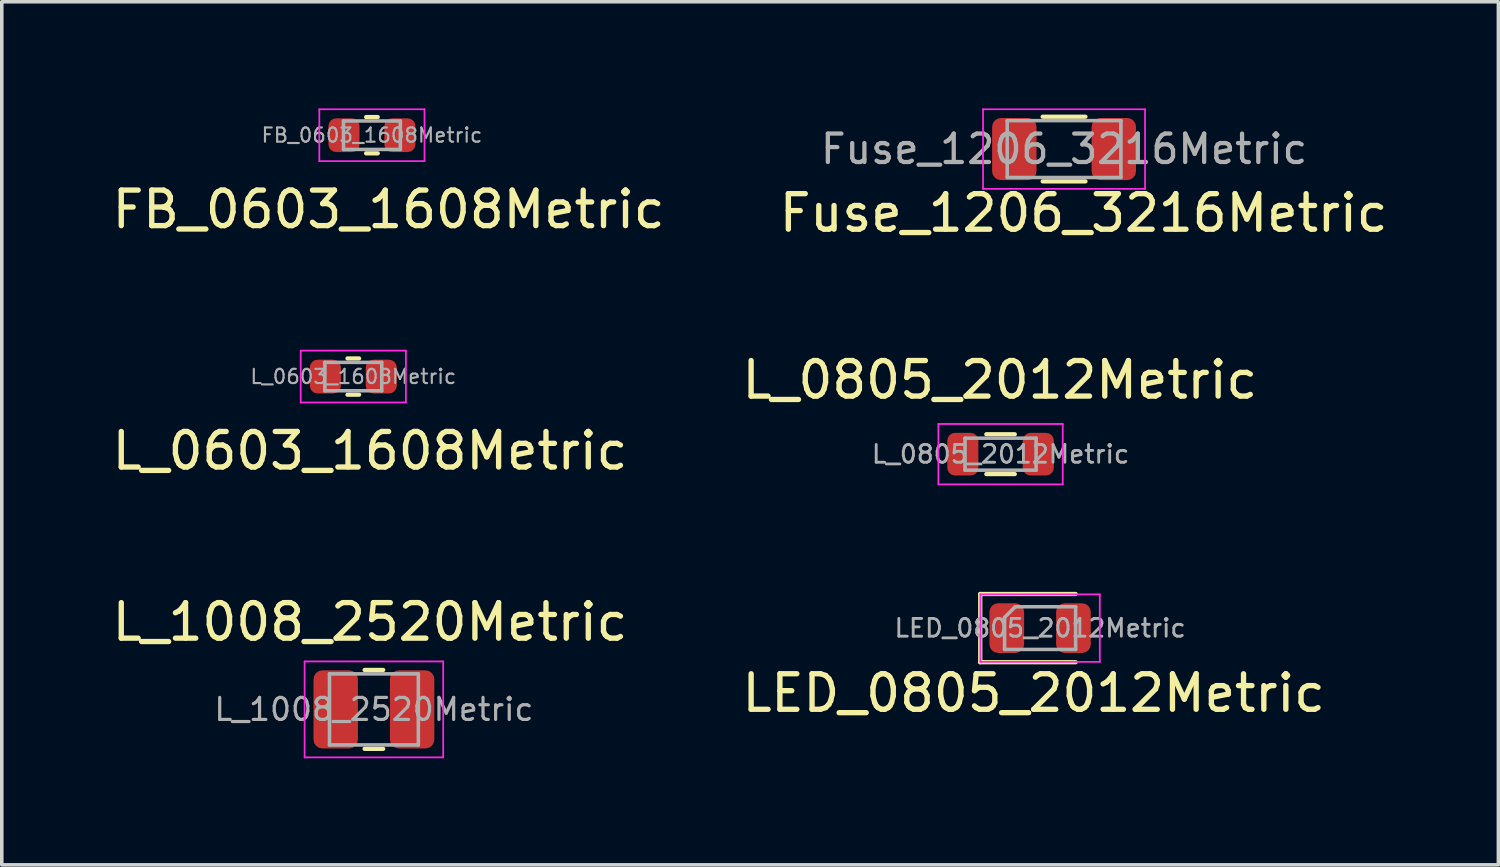
<source format=kicad_pcb>
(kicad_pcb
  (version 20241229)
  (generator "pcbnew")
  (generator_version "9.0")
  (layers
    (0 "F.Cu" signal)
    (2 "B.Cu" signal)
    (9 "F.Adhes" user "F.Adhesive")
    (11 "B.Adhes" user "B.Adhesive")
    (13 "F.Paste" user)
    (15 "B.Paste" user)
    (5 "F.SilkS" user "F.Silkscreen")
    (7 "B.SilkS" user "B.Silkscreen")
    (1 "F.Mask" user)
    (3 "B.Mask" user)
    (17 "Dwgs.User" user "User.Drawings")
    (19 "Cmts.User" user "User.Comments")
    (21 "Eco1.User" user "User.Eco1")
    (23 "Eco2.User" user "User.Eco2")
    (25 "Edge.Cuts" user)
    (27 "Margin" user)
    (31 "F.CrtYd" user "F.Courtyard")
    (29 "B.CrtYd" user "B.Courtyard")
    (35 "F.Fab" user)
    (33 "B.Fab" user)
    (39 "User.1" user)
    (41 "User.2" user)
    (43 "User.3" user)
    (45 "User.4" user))
  (footprint "L_0603_1608Metric"
    (layer "F.Cu")
    (at 6.893 7.548)
    (property "Reference" "L_0603_1608Metric" (at 0.47 2.09 0) (layer "F.SilkS") (effects (font (size 1 1) (thickness 0.15))))
    (attr smd)
    (fp_line (start -0.163 -0.51) (end 0.163 -0.51) (stroke (width 0.12) (type solid)) (layer "F.SilkS"))
    (fp_line (start -0.163 0.51) (end 0.163 0.51) (stroke (width 0.12) (type solid)) (layer "F.SilkS"))
    (fp_line (start -1.48 -0.73) (end 1.48 -0.73) (stroke (width 0.05) (type solid)) (layer "F.CrtYd"))
    (fp_line (start -1.48 0.73) (end -1.48 -0.73) (stroke (width 0.05) (type solid)) (layer "F.CrtYd"))
    (fp_line (start 1.48 -0.73) (end 1.48 0.73) (stroke (width 0.05) (type solid)) (layer "F.CrtYd"))
    (fp_line (start 1.48 0.73) (end -1.48 0.73) (stroke (width 0.05) (type solid)) (layer "F.CrtYd"))
    (fp_line (start -0.8 -0.4) (end 0.8 -0.4) (stroke (width 0.1) (type solid)) (layer "F.Fab"))
    (fp_line (start -0.8 0.4) (end -0.8 -0.4) (stroke (width 0.1) (type solid)) (layer "F.Fab"))
    (fp_line (start 0.8 -0.4) (end 0.8 0.4) (stroke (width 0.1) (type solid)) (layer "F.Fab"))
    (fp_line (start 0.8 0.4) (end -0.8 0.4) (stroke (width 0.1) (type solid)) (layer "F.Fab"))
    (fp_text user "${REFERENCE}" (at 0 0 0) (layer "F.Fab") (effects (font (size 0.4 0.4) (thickness 0.06))))
    (pad "1" smd roundrect (at -0.787 0) (size 0.875 0.95) (layers "F.Cu" "F.Mask" "F.Paste") (roundrect_rratio 0.25))
    (pad "2" smd roundrect (at 0.787 0) (size 0.875 0.95) (layers "F.Cu" "F.Mask" "F.Paste") (roundrect_rratio 0.25)))
  (footprint "LED_0805_2012Metric"
    (layer "F.Cu")
    (at 26.222 14.627)
    (property "Reference" "LED_0805_2012Metric" (at -0.18 1.83 0) (layer "F.SilkS") (effects (font (size 1 1) (thickness 0.15))))
    (attr smd)
    (fp_line (start -1.685 -0.96) (end -1.685 0.96) (stroke (width 0.12) (type solid)) (layer "F.SilkS"))
    (fp_line (start -1.685 0.96) (end 1 0.96) (stroke (width 0.12) (type solid)) (layer "F.SilkS"))
    (fp_line (start 1 -0.96) (end -1.685 -0.96) (stroke (width 0.12) (type solid)) (layer "F.SilkS"))
    (fp_line (start -1.68 -0.95) (end 1.68 -0.95) (stroke (width 0.05) (type solid)) (layer "F.CrtYd"))
    (fp_line (start -1.68 0.95) (end -1.68 -0.95) (stroke (width 0.05) (type solid)) (layer "F.CrtYd"))
    (fp_line (start 1.68 -0.95) (end 1.68 0.95) (stroke (width 0.05) (type solid)) (layer "F.CrtYd"))
    (fp_line (start 1.68 0.95) (end -1.68 0.95) (stroke (width 0.05) (type solid)) (layer "F.CrtYd"))
    (fp_line (start -1 -0.3) (end -1 0.6) (stroke (width 0.1) (type solid)) (layer "F.Fab"))
    (fp_line (start -1 0.6) (end 1 0.6) (stroke (width 0.1) (type solid)) (layer "F.Fab"))
    (fp_line (start -0.7 -0.6) (end -1 -0.3) (stroke (width 0.1) (type solid)) (layer "F.Fab"))
    (fp_line (start 1 -0.6) (end -0.7 -0.6) (stroke (width 0.1) (type solid)) (layer "F.Fab"))
    (fp_line (start 1 0.6) (end 1 -0.6) (stroke (width 0.1) (type solid)) (layer "F.Fab"))
    (fp_text user "${REFERENCE}" (at 0 0 0) (layer "F.Fab") (effects (font (size 0.5 0.5) (thickness 0.08))))
    (pad "1" smd roundrect (at -0.938 0) (size 0.975 1.4) (layers "F.Cu" "F.Mask" "F.Paste") (roundrect_rratio 0.25))
    (pad "2" smd roundrect (at 0.938 0) (size 0.975 1.4) (layers "F.Cu" "F.Mask" "F.Paste") (roundrect_rratio 0.25)))
  (footprint "Fuse_1206_3216Metric"
    (layer "F.Cu")
    (at 26.896 1.145)
    (property "Reference" "Fuse_1206_3216Metric" (at 0.55 1.8 0) (layer "F.SilkS") (effects (font (size 1 1) (thickness 0.15))))
    (attr smd)
    (fp_line (start -0.602 -0.91) (end 0.602 -0.91) (stroke (width 0.12) (type solid)) (layer "F.SilkS"))
    (fp_line (start -0.602 0.91) (end 0.602 0.91) (stroke (width 0.12) (type solid)) (layer "F.SilkS"))
    (fp_line (start -2.28 -1.12) (end 2.28 -1.12) (stroke (width 0.05) (type solid)) (layer "F.CrtYd"))
    (fp_line (start -2.28 1.12) (end -2.28 -1.12) (stroke (width 0.05) (type solid)) (layer "F.CrtYd"))
    (fp_line (start 2.28 -1.12) (end 2.28 1.12) (stroke (width 0.05) (type solid)) (layer "F.CrtYd"))
    (fp_line (start 2.28 1.12) (end -2.28 1.12) (stroke (width 0.05) (type solid)) (layer "F.CrtYd"))
    (fp_line (start -1.6 -0.8) (end 1.6 -0.8) (stroke (width 0.1) (type solid)) (layer "F.Fab"))
    (fp_line (start -1.6 0.8) (end -1.6 -0.8) (stroke (width 0.1) (type solid)) (layer "F.Fab"))
    (fp_line (start 1.6 -0.8) (end 1.6 0.8) (stroke (width 0.1) (type solid)) (layer "F.Fab"))
    (fp_line (start 1.6 0.8) (end -1.6 0.8) (stroke (width 0.1) (type solid)) (layer "F.Fab"))
    (fp_text user "${REFERENCE}" (at 0 0 0) (layer "F.Fab") (effects (font (size 0.8 0.8) (thickness 0.12))))
    (pad "1" smd roundrect (at -1.4 0) (size 1.25 1.75) (layers "F.Cu" "F.Mask" "F.Paste") (roundrect_rratio 0.2))
    (pad "2" smd roundrect (at 1.4 0) (size 1.25 1.75) (layers "F.Cu" "F.Mask" "F.Paste") (roundrect_rratio 0.2)))
  (footprint "L_0805_2012Metric"
    (layer "F.Cu")
    (at 25.109 9.732)
    (property "Reference" "L_0805_2012Metric" (at -0.02 -2.09 180) (layer "F.SilkS") (effects (font (size 1 1) (thickness 0.15))))
    (attr smd)
    (fp_line (start -0.4 -0.56) (end 0.4 -0.56) (stroke (width 0.12) (type solid)) (layer "F.SilkS"))
    (fp_line (start -0.4 0.56) (end 0.4 0.56) (stroke (width 0.12) (type solid)) (layer "F.SilkS"))
    (fp_line (start -1.75 -0.85) (end 1.75 -0.85) (stroke (width 0.05) (type solid)) (layer "F.CrtYd"))
    (fp_line (start -1.75 0.85) (end -1.75 -0.85) (stroke (width 0.05) (type solid)) (layer "F.CrtYd"))
    (fp_line (start 1.75 -0.85) (end 1.75 0.85) (stroke (width 0.05) (type solid)) (layer "F.CrtYd"))
    (fp_line (start 1.75 0.85) (end -1.75 0.85) (stroke (width 0.05) (type solid)) (layer "F.CrtYd"))
    (fp_line (start -1 -0.45) (end 1 -0.45) (stroke (width 0.1) (type solid)) (layer "F.Fab"))
    (fp_line (start -1 0.45) (end -1 -0.45) (stroke (width 0.1) (type solid)) (layer "F.Fab"))
    (fp_line (start 1 -0.45) (end 1 0.45) (stroke (width 0.1) (type solid)) (layer "F.Fab"))
    (fp_line (start 1 0.45) (end -1 0.45) (stroke (width 0.1) (type solid)) (layer "F.Fab"))
    (fp_text user "${REFERENCE}" (at 0 0 180) (layer "F.Fab") (effects (font (size 0.5 0.5) (thickness 0.08))))
    (pad "1" smd roundrect (at -1.062 0) (size 0.875 1.2) (layers "F.Cu" "F.Mask" "F.Paste") (roundrect_rratio 0.25))
    (pad "2" smd roundrect (at 1.062 0) (size 0.875 1.2) (layers "F.Cu" "F.Mask" "F.Paste") (roundrect_rratio 0.25)))
  (footprint "FB_0603_1608Metric"
    (layer "F.Cu")
    (at 7.417 0.755)
    (property "Reference" "FB_0603_1608Metric" (at 0.47 2.09 0) (layer "F.SilkS") (effects (font (size 1 1) (thickness 0.15))))
    (attr smd)
    (fp_line (start -0.163 -0.51) (end 0.163 -0.51) (stroke (width 0.12) (type solid)) (layer "F.SilkS"))
    (fp_line (start -0.163 0.51) (end 0.163 0.51) (stroke (width 0.12) (type solid)) (layer "F.SilkS"))
    (fp_line (start -1.48 -0.73) (end 1.48 -0.73) (stroke (width 0.05) (type solid)) (layer "F.CrtYd"))
    (fp_line (start -1.48 0.73) (end -1.48 -0.73) (stroke (width 0.05) (type solid)) (layer "F.CrtYd"))
    (fp_line (start 1.48 -0.73) (end 1.48 0.73) (stroke (width 0.05) (type solid)) (layer "F.CrtYd"))
    (fp_line (start 1.48 0.73) (end -1.48 0.73) (stroke (width 0.05) (type solid)) (layer "F.CrtYd"))
    (fp_line (start -0.8 -0.4) (end 0.8 -0.4) (stroke (width 0.1) (type solid)) (layer "F.Fab"))
    (fp_line (start -0.8 0.4) (end -0.8 -0.4) (stroke (width 0.1) (type solid)) (layer "F.Fab"))
    (fp_line (start 0.8 -0.4) (end 0.8 0.4) (stroke (width 0.1) (type solid)) (layer "F.Fab"))
    (fp_line (start 0.8 0.4) (end -0.8 0.4) (stroke (width 0.1) (type solid)) (layer "F.Fab"))
    (fp_text user "${REFERENCE}" (at 0 0 0) (layer "F.Fab") (effects (font (size 0.4 0.4) (thickness 0.06))))
    (pad "1" smd roundrect (at -0.787 0) (size 0.875 0.95) (layers "F.Cu" "F.Mask" "F.Paste") (roundrect_rratio 0.25))
    (pad "2" smd roundrect (at 0.787 0) (size 0.875 0.95) (layers "F.Cu" "F.Mask" "F.Paste") (roundrect_rratio 0.25)))
  (footprint "L_1008_2520Metric"
    (layer "F.Cu")
    (at 7.473 16.915)
    (property "Reference" "L_1008_2520Metric" (at -0.11 -2.46 0) (layer "F.SilkS") (effects (font (size 1 1) (thickness 0.15))))
    (attr smd)
    (fp_line (start -0.261 -1.11) (end 0.261 -1.11) (stroke (width 0.12) (type solid)) (layer "F.SilkS"))
    (fp_line (start -0.261 1.11) (end 0.261 1.11) (stroke (width 0.12) (type solid)) (layer "F.SilkS"))
    (fp_line (start -1.95 -1.35) (end 1.95 -1.35) (stroke (width 0.05) (type solid)) (layer "F.CrtYd"))
    (fp_line (start -1.95 1.35) (end -1.95 -1.35) (stroke (width 0.05) (type solid)) (layer "F.CrtYd"))
    (fp_line (start 1.95 -1.35) (end 1.95 1.35) (stroke (width 0.05) (type solid)) (layer "F.CrtYd"))
    (fp_line (start 1.95 1.35) (end -1.95 1.35) (stroke (width 0.05) (type solid)) (layer "F.CrtYd"))
    (fp_line (start -1.25 -1) (end 1.25 -1) (stroke (width 0.1) (type solid)) (layer "F.Fab"))
    (fp_line (start -1.25 1) (end -1.25 -1) (stroke (width 0.1) (type solid)) (layer "F.Fab"))
    (fp_line (start 1.25 -1) (end 1.25 1) (stroke (width 0.1) (type solid)) (layer "F.Fab"))
    (fp_line (start 1.25 1) (end -1.25 1) (stroke (width 0.1) (type solid)) (layer "F.Fab"))
    (fp_text user "${REFERENCE}" (at 0 0 0) (layer "F.Fab") (effects (font (size 0.62 0.62) (thickness 0.09))))
    (pad "1" smd roundrect (at -1.075 0) (size 1.25 2.2) (layers "F.Cu" "F.Mask" "F.Paste") (roundrect_rratio 0.2))
    (pad "2" smd roundrect (at 1.075 0) (size 1.25 2.2) (layers "F.Cu" "F.Mask" "F.Paste") (roundrect_rratio 0.2)))
  (gr_rect
    (start -3 -3)
    (end 39.119 21.29)
    (stroke (width 0.1) (type default))
    (fill no)
    (layer "Edge.Cuts")))
</source>
